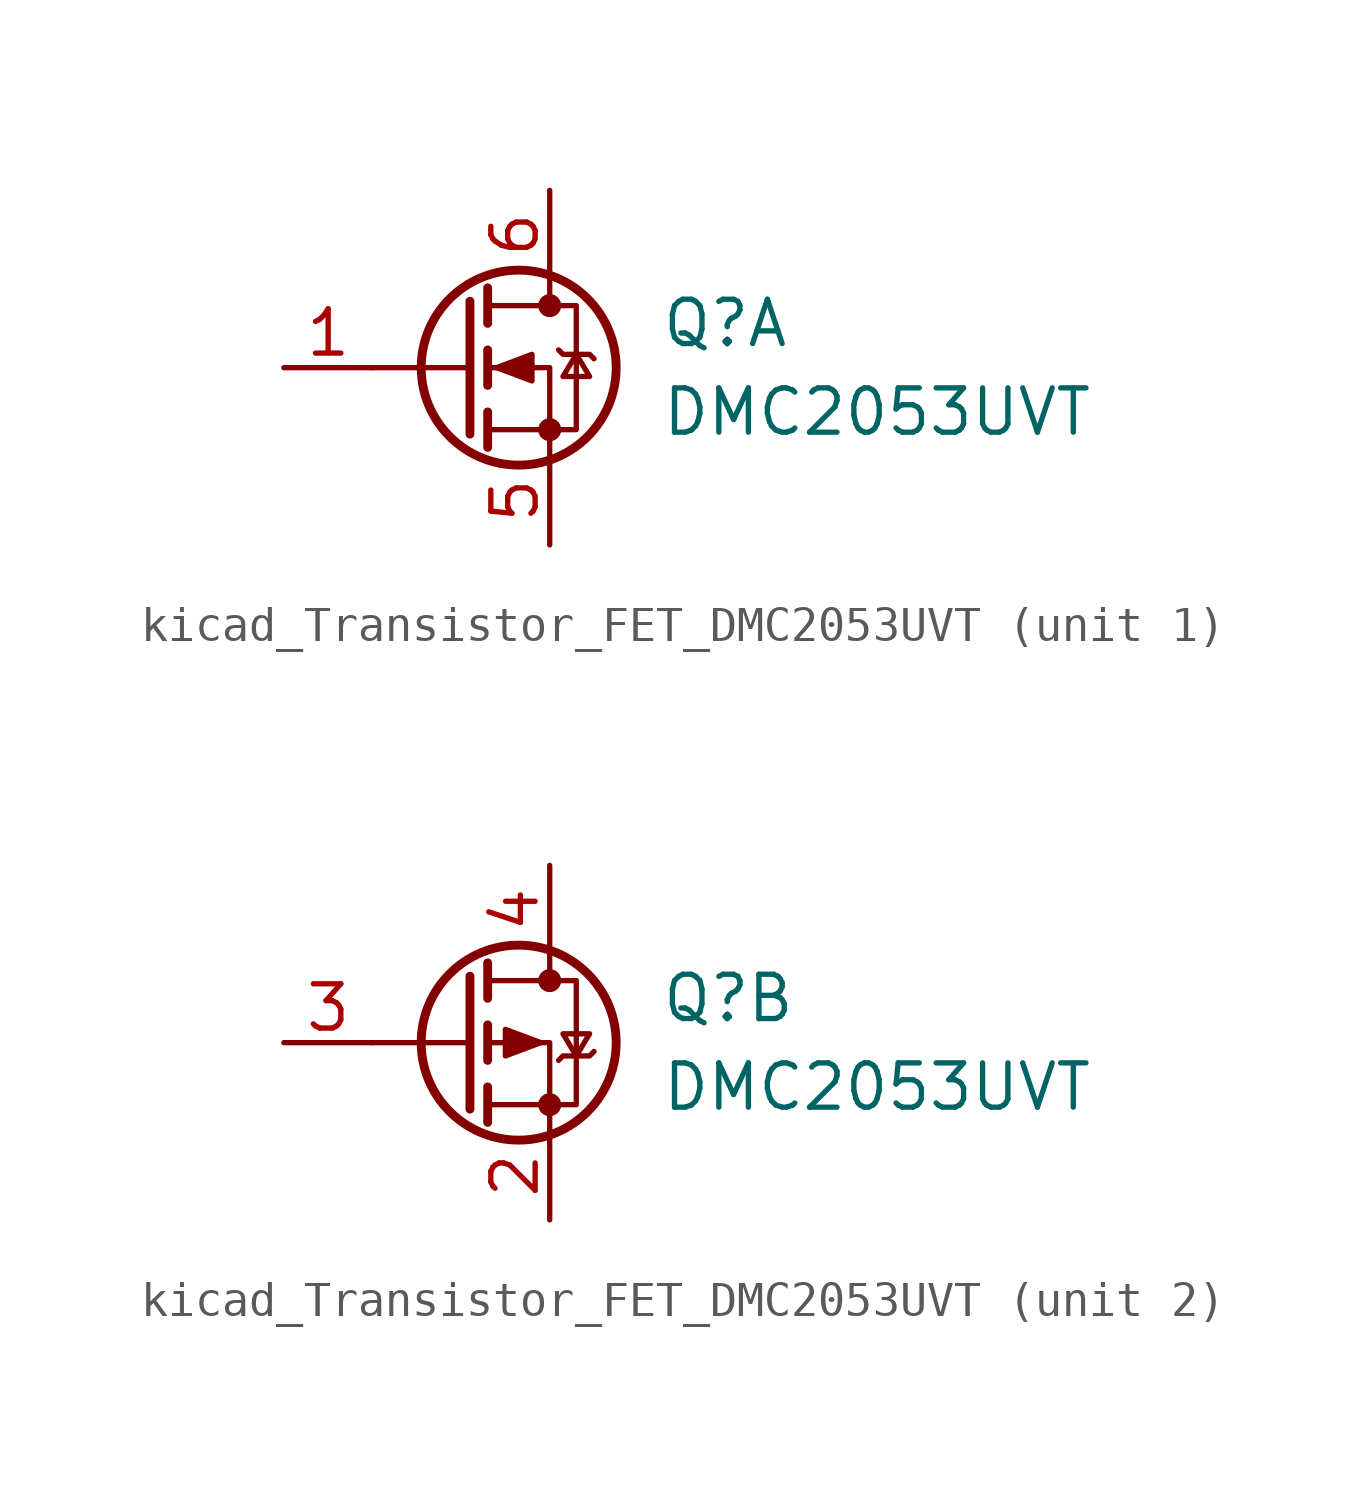
<source format=kicad_sym>
(kicad_symbol_lib
  (version 20220914)
  (generator kicad_symbol_editor)
  (symbol "kicad_Transistor_FET_DMC2053UVT"
    (pin_names hide)
    (property "Reference" "Q"
      (at 3.175 1.27 0)
      (effects (font (size 1.27 1.27)) (justify left)))
    (property "Value" "DMC2053UVT"
      (at 3.175 -1.27 0)
      (effects (font (size 1.27 1.27)) (justify left)))
    (symbol "kicad_Transistor_FET_DMC2053UVT_0_1"
      (circle (center -0.889 0) (radius 2.794) (stroke (width 0.254) (type default)) (fill (type none)))
      (circle (center 0 -1.778) (radius 0.254) (stroke (width 0) (type default)) (fill (type outline)))
      (polyline (pts (xy -2.286 0) (xy -5.08 0)) (stroke (width 0) (type default)) (fill (type none)))
      (polyline (pts (xy -2.286 1.905) (xy -2.286 -1.905)) (stroke (width 0.254) (type default)) (fill (type none)))
      (polyline (pts (xy -1.778 -1.27) (xy -1.778 -2.286)) (stroke (width 0.254) (type default)) (fill (type none)))
      (polyline (pts (xy -1.778 0.508) (xy -1.778 -0.508)) (stroke (width 0.254) (type default)) (fill (type none)))
      (polyline (pts (xy -1.778 2.286) (xy -1.778 1.27)) (stroke (width 0.254) (type default)) (fill (type none)))
      (polyline (pts (xy 0 2.54) (xy 0 1.778)) (stroke (width 0) (type default)) (fill (type none)))
      (polyline (pts (xy 0 -2.54) (xy 0 0) (xy -1.778 0)) (stroke (width 0) (type default)) (fill (type none)))
      (polyline (pts (xy -1.778 -1.778) (xy 0.762 -1.778) (xy 0.762 1.778) (xy -1.778 1.778)) (stroke (width 0) (type default)) (fill (type none)))
      (circle (center 0 1.778) (radius 0.254) (stroke (width 0) (type default)) (fill (type outline))))
    (symbol "kicad_Transistor_FET_DMC2053UVT_1_1"
      (polyline (pts (xy -1.524 0) (xy -0.508 0.381) (xy -0.508 -0.381) (xy -1.524 0)) (stroke (width 0) (type default)) (fill (type outline)))
      (polyline (pts (xy 0.254 0.508) (xy 0.381 0.381) (xy 1.143 0.381) (xy 1.27 0.254)) (stroke (width 0) (type default)) (fill (type none)))
      (polyline (pts (xy 0.762 0.381) (xy 0.381 -0.254) (xy 1.143 -0.254) (xy 0.762 0.381)) (stroke (width 0) (type default)) (fill (type none)))
      (pin passive line (at -7.62 0 0) (length 2.54) (name "G" (effects (font (size 1.27 1.27)))) (number "1" (effects (font (size 1.27 1.27)))))
      (pin passive line (at 0 -5.08 90) (length 2.54) (name "S" (effects (font (size 1.27 1.27)))) (number "5" (effects (font (size 1.27 1.27)))))
      (pin passive line (at 0 5.08 270) (length 2.54) (name "D" (effects (font (size 1.27 1.27)))) (number "6" (effects (font (size 1.27 1.27))))))
    (symbol "kicad_Transistor_FET_DMC2053UVT_2_1"
      (polyline (pts (xy -0.254 0) (xy -1.27 0.381) (xy -1.27 -0.381) (xy -0.254 0)) (stroke (width 0) (type default)) (fill (type outline)))
      (polyline (pts (xy 0.254 -0.508) (xy 0.381 -0.381) (xy 1.143 -0.381) (xy 1.27 -0.254)) (stroke (width 0) (type default)) (fill (type none)))
      (polyline (pts (xy 0.762 -0.381) (xy 0.381 0.254) (xy 1.143 0.254) (xy 0.762 -0.381)) (stroke (width 0) (type default)) (fill (type none)))
      (pin passive line (at 0 -5.08 90) (length 2.54) (name "S" (effects (font (size 1.27 1.27)))) (number "2" (effects (font (size 1.27 1.27)))))
      (pin passive line (at -7.62 0 0) (length 2.54) (name "G" (effects (font (size 1.27 1.27)))) (number "3" (effects (font (size 1.27 1.27)))))
      (pin passive line (at 0 5.08 270) (length 2.54) (name "D" (effects (font (size 1.27 1.27)))) (number "4" (effects (font (size 1.27 1.27))))))))
</source>
